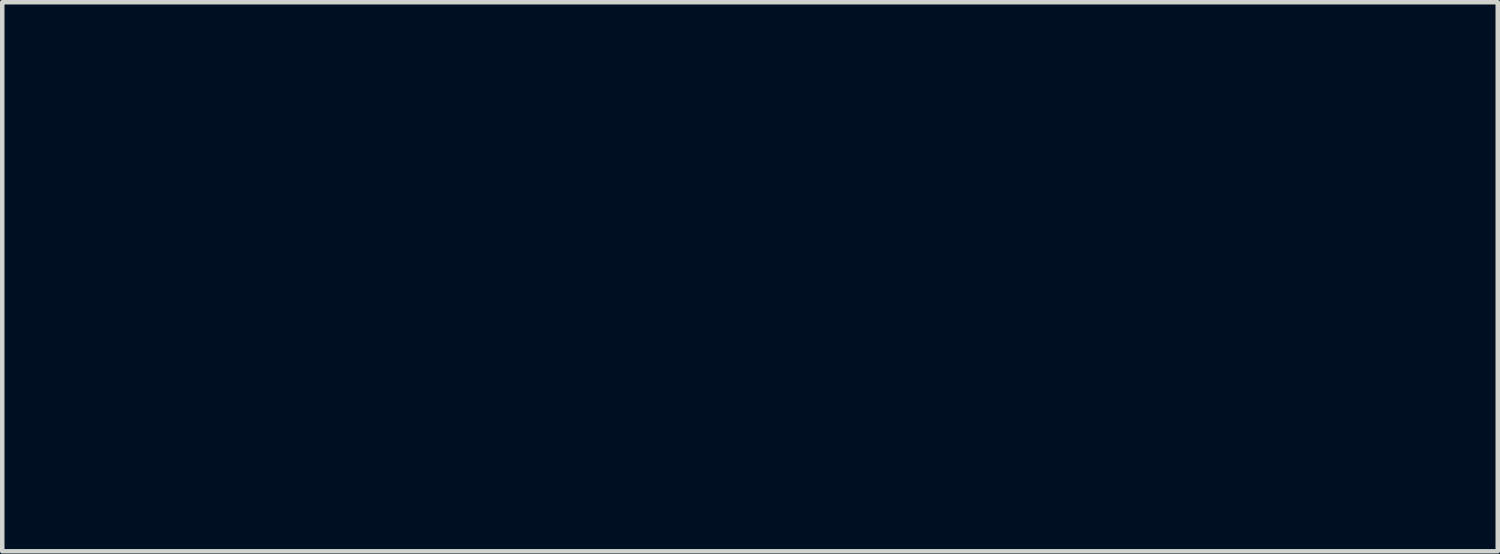
<source format=kicad_pcb>
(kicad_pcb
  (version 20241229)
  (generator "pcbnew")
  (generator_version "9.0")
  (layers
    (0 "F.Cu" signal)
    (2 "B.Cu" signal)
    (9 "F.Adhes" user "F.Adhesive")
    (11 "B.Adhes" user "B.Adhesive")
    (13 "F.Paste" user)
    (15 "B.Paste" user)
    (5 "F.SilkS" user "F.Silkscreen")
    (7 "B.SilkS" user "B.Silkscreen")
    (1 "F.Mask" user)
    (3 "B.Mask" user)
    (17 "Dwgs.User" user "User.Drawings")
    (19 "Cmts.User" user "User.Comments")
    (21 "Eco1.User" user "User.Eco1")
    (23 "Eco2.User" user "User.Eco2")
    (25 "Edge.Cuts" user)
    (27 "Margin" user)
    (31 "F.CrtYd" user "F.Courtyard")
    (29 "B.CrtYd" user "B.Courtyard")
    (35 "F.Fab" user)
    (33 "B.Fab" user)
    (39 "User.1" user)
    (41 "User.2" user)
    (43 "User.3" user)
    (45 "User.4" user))
  (footprint "turtle_pan_BMask_1200"
    (layer "F.Cu")
    (at 13.651 2.672)
    (property "Reference" "turtle_pan_BMask_1200" (at 0 0 0) (layer "B.Mask") (effects (font (size 1.524 1.524) (thickness 0.3))))
    (attr through_hole)
    (fp_poly (pts (xy -1.544 1.068) (xy -1.498 1.1) (xy -1.476 1.162) (xy -1.473 1.228) (xy -1.479 1.3) (xy -1.502 1.349) (xy -1.534 1.384) (xy -1.611 1.429) (xy -1.699 1.439) (xy -1.783 1.412) (xy -1.807 1.395) (xy -1.852 1.342) (xy -1.859 1.28) (xy -1.827 1.206) (xy -1.787 1.15) (xy -1.739 1.097) (xy -1.7 1.069) (xy -1.655 1.059) (xy -1.62 1.058) (xy -1.544 1.068)) (stroke (width 0.01) (type solid)) (fill yes) (layer "B.Mask"))
    (fp_poly (pts (xy -2.381 0.993) (xy -2.324 1.045) (xy -2.292 1.122) (xy -2.286 1.176) (xy -2.303 1.262) (xy -2.351 1.32) (xy -2.43 1.35) (xy -2.477 1.353) (xy -2.543 1.347) (xy -2.587 1.326) (xy -2.619 1.292) (xy -2.659 1.227) (xy -2.662 1.175) (xy -2.638 1.138) (xy -2.609 1.095) (xy -2.593 1.057) (xy -2.569 1.007) (xy -2.529 0.982) (xy -2.462 0.974) (xy -2.454 0.974) (xy -2.381 0.993)) (stroke (width 0.01) (type solid)) (fill yes) (layer "B.Mask"))
    (fp_poly (pts (xy 2.143 -0.104) (xy 2.2 -0.094) (xy 2.23 -0.074) (xy 2.231 -0.072) (xy 2.247 0.011) (xy 2.228 0.075) (xy 2.175 0.115) (xy 2.102 0.128) (xy 2.042 0.139) (xy 2.001 0.159) (xy 1.949 0.183) (xy 1.902 0.191) (xy 1.847 0.2) (xy 1.77 0.225) (xy 1.685 0.26) (xy 1.609 0.299) (xy 1.564 0.322) (xy 1.528 0.339) (xy 1.487 0.361) (xy 1.424 0.401) (xy 1.353 0.449) (xy 1.345 0.455) (xy 1.25 0.514) (xy 1.167 0.547) (xy 1.104 0.552) (xy 1.072 0.536) (xy 1.055 0.493) (xy 1.074 0.436) (xy 1.132 0.364) (xy 1.191 0.307) (xy 1.258 0.249) (xy 1.319 0.199) (xy 1.362 0.168) (xy 1.369 0.163) (xy 1.47 0.108) (xy 1.557 0.063) (xy 1.622 0.033) (xy 1.659 0.021) (xy 1.661 0.021) (xy 1.696 0.006) (xy 1.714 -0.011) (xy 1.752 -0.032) (xy 1.81 -0.043) (xy 1.818 -0.043) (xy 1.886 -0.052) (xy 1.946 -0.073) (xy 1.947 -0.074) (xy 2.003 -0.094) (xy 2.073 -0.104) (xy 2.143 -0.104)) (stroke (width 0.01) (type solid)) (fill yes) (layer "B.Mask"))
    (fp_poly (pts (xy 2.873 0.774) (xy 2.927 0.806) (xy 2.967 0.859) (xy 2.975 0.884) (xy 2.995 0.948) (xy 3.018 0.998) (xy 3.036 1.054) (xy 3.047 1.128) (xy 3.048 1.157) (xy 3.055 1.232) (xy 3.071 1.3) (xy 3.079 1.319) (xy 3.098 1.372) (xy 3.115 1.449) (xy 3.125 1.515) (xy 3.133 1.585) (xy 3.141 1.634) (xy 3.148 1.651) (xy 3.188 1.634) (xy 3.247 1.583) (xy 3.326 1.497) (xy 3.365 1.45) (xy 3.452 1.354) (xy 3.524 1.294) (xy 3.58 1.27) (xy 3.62 1.283) (xy 3.641 1.333) (xy 3.645 1.384) (xy 3.627 1.467) (xy 3.579 1.561) (xy 3.508 1.657) (xy 3.42 1.745) (xy 3.324 1.817) (xy 3.277 1.843) (xy 3.208 1.877) (xy 3.146 1.909) (xy 3.129 1.917) (xy 3.054 1.944) (xy 2.994 1.934) (xy 2.943 1.885) (xy 2.943 1.885) (xy 2.92 1.843) (xy 2.904 1.788) (xy 2.893 1.708) (xy 2.886 1.615) (xy 2.878 1.521) (xy 2.867 1.44) (xy 2.856 1.382) (xy 2.85 1.365) (xy 2.836 1.323) (xy 2.823 1.254) (xy 2.814 1.175) (xy 2.803 1.089) (xy 2.788 1.011) (xy 2.773 0.962) (xy 2.756 0.889) (xy 2.766 0.825) (xy 2.798 0.781) (xy 2.816 0.772) (xy 2.873 0.774)) (stroke (width 0.01) (type solid)) (fill yes) (layer "B.Mask"))
    (fp_poly (pts (xy -0.135 -0.486) (xy -0.068 -0.477) (xy -0.025 -0.459) (xy -0.021 -0.455) (xy 0.012 -0.428) (xy 0.029 -0.423) (xy 0.07 -0.411) (xy 0.136 -0.38) (xy 0.22 -0.336) (xy 0.31 -0.282) (xy 0.37 -0.243) (xy 0.473 -0.167) (xy 0.584 -0.069) (xy 0.697 0.04) (xy 0.802 0.154) (xy 0.891 0.262) (xy 0.956 0.356) (xy 0.967 0.376) (xy 0.996 0.45) (xy 1.012 0.535) (xy 1.017 0.617) (xy 1.007 0.684) (xy 0.991 0.715) (xy 0.94 0.74) (xy 0.881 0.728) (xy 0.822 0.681) (xy 0.817 0.676) (xy 0.781 0.622) (xy 0.762 0.573) (xy 0.761 0.565) (xy 0.747 0.517) (xy 0.715 0.465) (xy 0.714 0.464) (xy 0.677 0.421) (xy 0.624 0.358) (xy 0.565 0.288) (xy 0.554 0.276) (xy 0.481 0.195) (xy 0.397 0.113) (xy 0.322 0.046) (xy 0.261 -0.003) (xy 0.215 -0.042) (xy 0.191 -0.063) (xy 0.191 -0.064) (xy 0.168 -0.08) (xy 0.12 -0.11) (xy 0.074 -0.137) (xy 0.015 -0.172) (xy -0.028 -0.201) (xy -0.043 -0.213) (xy -0.069 -0.23) (xy -0.113 -0.245) (xy -0.188 -0.27) (xy -0.26 -0.306) (xy -0.319 -0.346) (xy -0.353 -0.382) (xy -0.357 -0.392) (xy -0.347 -0.435) (xy -0.326 -0.459) (xy -0.279 -0.477) (xy -0.21 -0.486) (xy -0.135 -0.486)) (stroke (width 0.01) (type solid)) (fill yes) (layer "B.Mask"))
    (fp_poly (pts (xy 0.387 -2.665) (xy 0.487 -2.657) (xy 0.569 -2.642) (xy 0.593 -2.635) (xy 0.666 -2.617) (xy 0.756 -2.606) (xy 0.813 -2.603) (xy 0.895 -2.599) (xy 0.96 -2.586) (xy 0.985 -2.575) (xy 1.033 -2.552) (xy 1.098 -2.533) (xy 1.11 -2.531) (xy 1.176 -2.513) (xy 1.23 -2.49) (xy 1.237 -2.485) (xy 1.285 -2.462) (xy 1.316 -2.455) (xy 1.354 -2.445) (xy 1.41 -2.42) (xy 1.469 -2.388) (xy 1.513 -2.359) (xy 1.524 -2.348) (xy 1.549 -2.329) (xy 1.589 -2.305) (xy 1.668 -2.258) (xy 1.755 -2.201) (xy 1.837 -2.141) (xy 1.901 -2.089) (xy 1.925 -2.066) (xy 1.951 -2.04) (xy 1.979 -2.024) (xy 2.02 -2.015) (xy 2.082 -2.012) (xy 2.177 -2.011) (xy 2.18 -2.011) (xy 2.292 -2.008) (xy 2.368 -2) (xy 2.415 -1.986) (xy 2.425 -1.98) (xy 2.478 -1.955) (xy 2.523 -1.948) (xy 2.57 -1.94) (xy 2.593 -1.926) (xy 2.62 -1.903) (xy 2.668 -1.875) (xy 2.674 -1.872) (xy 2.739 -1.84) (xy 2.811 -1.803) (xy 2.819 -1.799) (xy 2.874 -1.762) (xy 2.946 -1.702) (xy 3.029 -1.627) (xy 3.114 -1.544) (xy 3.195 -1.46) (xy 3.264 -1.383) (xy 3.313 -1.32) (xy 3.333 -1.286) (xy 3.358 -1.234) (xy 3.38 -1.201) (xy 3.384 -1.198) (xy 3.4 -1.171) (xy 3.415 -1.12) (xy 3.417 -1.112) (xy 3.436 -1.042) (xy 3.461 -0.98) (xy 3.48 -0.915) (xy 3.491 -0.814) (xy 3.492 -0.738) (xy 3.493 -0.555) (xy 3.593 -0.475) (xy 3.657 -0.421) (xy 3.714 -0.368) (xy 3.741 -0.34) (xy 3.783 -0.292) (xy 3.817 -0.254) (xy 3.849 -0.206) (xy 3.86 -0.18) (xy 3.883 -0.138) (xy 3.922 -0.084) (xy 3.937 -0.066) (xy 3.976 -0.014) (xy 3.998 0.031) (xy 4 0.043) (xy 4.016 0.088) (xy 4.029 0.103) (xy 4.048 0.137) (xy 4.065 0.197) (xy 4.072 0.241) (xy 4.086 0.325) (xy 4.108 0.406) (xy 4.119 0.436) (xy 4.142 0.524) (xy 4.141 0.627) (xy 4.14 0.629) (xy 4.134 0.694) (xy 4.137 0.728) (xy 4.153 0.74) (xy 4.168 0.741) (xy 4.206 0.729) (xy 4.217 0.714) (xy 4.239 0.701) (xy 4.295 0.691) (xy 4.389 0.684) (xy 4.461 0.681) (xy 4.582 0.68) (xy 4.677 0.687) (xy 4.759 0.707) (xy 4.842 0.743) (xy 4.938 0.799) (xy 4.987 0.829) (xy 5.054 0.882) (xy 5.122 0.948) (xy 5.183 1.019) (xy 5.228 1.085) (xy 5.249 1.137) (xy 5.249 1.145) (xy 5.265 1.188) (xy 5.281 1.206) (xy 5.308 1.248) (xy 5.313 1.278) (xy 5.323 1.328) (xy 5.348 1.385) (xy 5.349 1.386) (xy 5.37 1.447) (xy 5.384 1.531) (xy 5.388 1.626) (xy 5.385 1.72) (xy 5.374 1.799) (xy 5.354 1.851) (xy 5.35 1.857) (xy 5.321 1.91) (xy 5.313 1.952) (xy 5.301 2.003) (xy 5.281 2.032) (xy 5.254 2.068) (xy 5.249 2.088) (xy 5.234 2.123) (xy 5.207 2.153) (xy 5.175 2.186) (xy 5.165 2.207) (xy 5.149 2.24) (xy 5.106 2.29) (xy 5.046 2.348) (xy 4.977 2.408) (xy 4.907 2.461) (xy 4.847 2.5) (xy 4.803 2.518) (xy 4.798 2.519) (xy 4.765 2.528) (xy 4.712 2.552) (xy 4.693 2.561) (xy 4.656 2.578) (xy 4.615 2.59) (xy 4.56 2.598) (xy 4.484 2.601) (xy 4.378 2.603) (xy 4.313 2.603) (xy 4.187 2.602) (xy 4.095 2.598) (xy 4.028 2.592) (xy 3.978 2.581) (xy 3.936 2.565) (xy 3.926 2.561) (xy 3.871 2.536) (xy 3.83 2.521) (xy 3.822 2.52) (xy 3.778 2.507) (xy 3.716 2.477) (xy 3.65 2.437) (xy 3.594 2.397) (xy 3.577 2.381) (xy 3.516 2.337) (xy 3.454 2.335) (xy 3.392 2.376) (xy 3.386 2.382) (xy 3.337 2.426) (xy 3.264 2.482) (xy 3.179 2.542) (xy 3.094 2.597) (xy 3.021 2.639) (xy 2.985 2.657) (xy 2.946 2.674) (xy 2.89 2.702) (xy 2.874 2.71) (xy 2.815 2.737) (xy 2.765 2.751) (xy 2.755 2.752) (xy 2.708 2.767) (xy 2.688 2.783) (xy 2.648 2.808) (xy 2.606 2.816) (xy 2.552 2.826) (xy 2.485 2.849) (xy 2.466 2.857) (xy 2.39 2.884) (xy 2.311 2.899) (xy 2.297 2.9) (xy 2.231 2.908) (xy 2.178 2.928) (xy 2.171 2.932) (xy 2.121 2.952) (xy 2.034 2.962) (xy 1.965 2.963) (xy 1.862 2.968) (xy 1.765 2.981) (xy 1.702 2.997) (xy 1.625 3.015) (xy 1.526 3.024) (xy 1.394 3.025) (xy 1.385 3.025) (xy 1.165 3.019) (xy 1.092 3.116) (xy 1.034 3.184) (xy 0.966 3.254) (xy 0.895 3.319) (xy 0.831 3.37) (xy 0.781 3.402) (xy 0.76 3.408) (xy 0.716 3.423) (xy 0.701 3.437) (xy 0.666 3.457) (xy 0.608 3.474) (xy 0.579 3.479) (xy 0.513 3.492) (xy 0.462 3.51) (xy 0.45 3.518) (xy 0.414 3.53) (xy 0.348 3.54) (xy 0.264 3.547) (xy 0.173 3.55) (xy 0.089 3.548) (xy 0.024 3.54) (xy 0.011 3.538) (xy -0.052 3.517) (xy -0.099 3.496) (xy -0.153 3.479) (xy -0.218 3.471) (xy -0.218 3.471) (xy -0.276 3.463) (xy -0.316 3.441) (xy -0.318 3.44) (xy -0.357 3.413) (xy -0.379 3.408) (xy -0.425 3.392) (xy -0.487 3.35) (xy -0.558 3.29) (xy -0.628 3.22) (xy -0.691 3.148) (xy -0.738 3.082) (xy -0.761 3.032) (xy -0.762 3.022) (xy -0.77 2.989) (xy -0.791 2.932) (xy -0.808 2.889) (xy -0.837 2.828) (xy -0.863 2.796) (xy -0.897 2.783) (xy -0.941 2.781) (xy -1.015 2.775) (xy -1.083 2.765) (xy -1.09 2.764) (xy -1.147 2.751) (xy -0.559 2.751) (xy -0.547 2.82) (xy -0.539 2.852) (xy -0.49 2.979) (xy -0.416 3.082) (xy -0.325 3.154) (xy -0.318 3.158) (xy -0.265 3.188) (xy -0.228 3.213) (xy -0.226 3.216) (xy -0.191 3.231) (xy -0.135 3.239) (xy -0.128 3.239) (xy -0.06 3.249) (xy -0.001 3.27) (xy 0 3.27) (xy 0.062 3.29) (xy 0.15 3.3) (xy 0.246 3.298) (xy 0.336 3.286) (xy 0.388 3.27) (xy 0.454 3.249) (xy 0.513 3.239) (xy 0.519 3.239) (xy 0.568 3.224) (xy 0.635 3.186) (xy 0.709 3.132) (xy 0.782 3.07) (xy 0.846 3.006) (xy 0.892 2.949) (xy 0.91 2.905) (xy 0.91 2.903) (xy 0.918 2.873) (xy 0.939 2.821) (xy 0.952 2.791) (xy 0.989 2.664) (xy 0.984 2.538) (xy 0.953 2.445) (xy 0.927 2.381) (xy 0.912 2.326) (xy 0.911 2.313) (xy 0.896 2.279) (xy 0.858 2.227) (xy 0.805 2.165) (xy 0.747 2.104) (xy 0.69 2.052) (xy 0.645 2.019) (xy 0.625 2.011) (xy 0.59 1.996) (xy 0.572 1.979) (xy 0.536 1.962) (xy 0.47 1.951) (xy 0.388 1.947) (xy 0.3 1.949) (xy 0.221 1.958) (xy 0.16 1.973) (xy 0.148 1.979) (xy 0.093 2.002) (xy 0.051 2.01) (xy 0.003 2.026) (xy -0.032 2.053) (xy -0.067 2.085) (xy -0.09 2.095) (xy -0.122 2.11) (xy -0.175 2.148) (xy -0.24 2.202) (xy -0.311 2.266) (xy -0.379 2.333) (xy -0.435 2.394) (xy -0.473 2.441) (xy -0.5 2.497) (xy -0.528 2.572) (xy -0.541 2.616) (xy -0.557 2.69) (xy -0.559 2.751) (xy -1.147 2.751) (xy -1.153 2.75) (xy -1.201 2.74) (xy -1.245 2.715) (xy -1.277 2.674) (xy -1.303 2.639) (xy -1.321 2.643) (xy -1.351 2.661) (xy -1.393 2.667) (xy -1.449 2.677) (xy -1.515 2.702) (xy -1.53 2.709) (xy -1.563 2.725) (xy -1.601 2.737) (xy -1.65 2.744) (xy -1.718 2.749) (xy -1.813 2.751) (xy -1.941 2.751) (xy -1.963 2.751) (xy -2.099 2.75) (xy -2.2 2.748) (xy -2.273 2.743) (xy -2.327 2.735) (xy -2.369 2.724) (xy -2.402 2.709) (xy -2.462 2.684) (xy -2.511 2.669) (xy -2.522 2.668) (xy -2.564 2.652) (xy -2.582 2.635) (xy -2.617 2.608) (xy -2.635 2.603) (xy -2.665 2.591) (xy -2.715 2.56) (xy -2.758 2.529) (xy -2.814 2.489) (xy -2.857 2.462) (xy -2.875 2.455) (xy -2.902 2.44) (xy -2.948 2.401) (xy -3.005 2.347) (xy -3.065 2.285) (xy -3.119 2.223) (xy -3.16 2.172) (xy -3.179 2.141) (xy -3.201 2.085) (xy -3.226 2.142) (xy -3.256 2.194) (xy -3.297 2.247) (xy -3.338 2.289) (xy -3.37 2.307) (xy -3.371 2.307) (xy -3.4 2.319) (xy -3.443 2.348) (xy -3.444 2.349) (xy -3.493 2.379) (xy -3.535 2.392) (xy -3.58 2.407) (xy -3.596 2.421) (xy -3.637 2.444) (xy -3.71 2.461) (xy -3.808 2.472) (xy -3.92 2.478) (xy -4.038 2.478) (xy -4.152 2.473) (xy -4.253 2.461) (xy -4.333 2.444) (xy -4.382 2.422) (xy -4.383 2.421) (xy -4.427 2.396) (xy -4.482 2.379) (xy -4.532 2.361) (xy -4.559 2.337) (xy -4.559 2.337) (xy -4.587 2.312) (xy -4.61 2.307) (xy -4.647 2.292) (xy -4.702 2.254) (xy -4.768 2.199) (xy -4.834 2.137) (xy -4.893 2.074) (xy -4.935 2.02) (xy -4.944 2.005) (xy -4.989 1.885) (xy -5.016 1.742) (xy -5.021 1.617) (xy -4.771 1.617) (xy -4.771 1.718) (xy -4.767 1.786) (xy -4.758 1.835) (xy -4.741 1.874) (xy -4.72 1.907) (xy -4.667 1.967) (xy -4.592 2.032) (xy -4.509 2.092) (xy -4.432 2.137) (xy -4.401 2.149) (xy -4.349 2.173) (xy -4.323 2.194) (xy -4.288 2.207) (xy -4.222 2.217) (xy -4.133 2.223) (xy -4.033 2.225) (xy -3.929 2.224) (xy -3.832 2.219) (xy -3.752 2.211) (xy -3.699 2.2) (xy -3.683 2.191) (xy -3.649 2.164) (xy -3.631 2.159) (xy -3.601 2.147) (xy -3.55 2.116) (xy -3.506 2.083) (xy -3.437 2.039) (xy -3.369 2.006) (xy -3.333 1.996) (xy -3.282 1.984) (xy -3.263 1.965) (xy -3.274 1.927) (xy -3.291 1.892) (xy -3.309 1.834) (xy -3.319 1.747) (xy -3.323 1.646) (xy -3.322 1.62) (xy -3.09 1.62) (xy -3.085 1.757) (xy -3.065 1.867) (xy -3.026 1.964) (xy -2.963 2.063) (xy -2.929 2.107) (xy -2.859 2.18) (xy -2.763 2.257) (xy -2.652 2.334) (xy -2.533 2.404) (xy -2.416 2.462) (xy -2.312 2.503) (xy -2.227 2.521) (xy -2.219 2.521) (xy -2.144 2.527) (xy -2.076 2.538) (xy -2.064 2.54) (xy -2.004 2.55) (xy -1.958 2.548) (xy -1.917 2.542) (xy -1.847 2.534) (xy -1.764 2.526) (xy -1.757 2.526) (xy -1.665 2.514) (xy -1.584 2.496) (xy -1.108 2.496) (xy -1.056 2.538) (xy -0.992 2.572) (xy -0.918 2.583) (xy -0.848 2.572) (xy -0.798 2.539) (xy -0.795 2.535) (xy -0.77 2.482) (xy -0.762 2.443) (xy -0.749 2.394) (xy -0.732 2.372) (xy -0.703 2.333) (xy -0.69 2.299) (xy -0.671 2.266) (xy -0.63 2.216) (xy -0.574 2.156) (xy -0.513 2.096) (xy -0.454 2.042) (xy -0.407 2.004) (xy -0.379 1.99) (xy -0.36 1.979) (xy -0.368 1.957) (xy -0.399 1.938) (xy -0.4 1.937) (xy -0.435 1.916) (xy -0.487 1.873) (xy -0.543 1.819) (xy -0.597 1.767) (xy -0.644 1.729) (xy -0.671 1.715) (xy -0.672 1.714) (xy -0.696 1.701) (xy -0.699 1.692) (xy -0.711 1.679) (xy -0.72 1.683) (xy -0.73 1.709) (xy -0.738 1.766) (xy -0.741 1.84) (xy -0.741 1.841) (xy -0.744 1.926) (xy -0.756 1.994) (xy -0.783 2.065) (xy -0.816 2.131) (xy -0.855 2.203) (xy -0.89 2.262) (xy -0.914 2.295) (xy -0.916 2.298) (xy -0.944 2.325) (xy -0.99 2.371) (xy -1.025 2.408) (xy -1.108 2.496) (xy -1.584 2.496) (xy -1.579 2.495) (xy -1.52 2.474) (xy -1.462 2.448) (xy -1.415 2.435) (xy -1.407 2.434) (xy -1.378 2.42) (xy -1.329 2.381) (xy -1.268 2.326) (xy -1.203 2.262) (xy -1.142 2.199) (xy -1.093 2.142) (xy -1.063 2.101) (xy -1.058 2.087) (xy -1.044 2.048) (xy -1.025 2.023) (xy -1.003 1.978) (xy -0.986 1.901) (xy -0.976 1.802) (xy -0.971 1.689) (xy -0.972 1.572) (xy -0.979 1.462) (xy -0.992 1.368) (xy -1.01 1.298) (xy -1.026 1.271) (xy -1.052 1.226) (xy -1.058 1.198) (xy -1.073 1.171) (xy -1.112 1.12) (xy -1.171 1.052) (xy -1.245 0.973) (xy -1.287 0.93) (xy -1.516 0.699) (xy -1.622 0.699) (xy -1.696 0.692) (xy -1.754 0.676) (xy -1.769 0.667) (xy -1.808 0.653) (xy -1.879 0.643) (xy -1.97 0.636) (xy -2.073 0.633) (xy -2.177 0.634) (xy -2.273 0.638) (xy -2.351 0.647) (xy -2.401 0.659) (xy -2.413 0.667) (xy -2.454 0.691) (xy -2.493 0.699) (xy -2.522 0.7) (xy -2.548 0.709) (xy -2.579 0.729) (xy -2.623 0.767) (xy -2.686 0.828) (xy -2.72 0.861) (xy -2.81 0.952) (xy -2.876 1.026) (xy -2.924 1.092) (xy -2.963 1.159) (xy -2.981 1.196) (xy -3.015 1.268) (xy -3.047 1.332) (xy -3.06 1.358) (xy -3.078 1.418) (xy -3.088 1.518) (xy -3.09 1.62) (xy -3.322 1.62) (xy -3.32 1.544) (xy -3.311 1.454) (xy -3.295 1.391) (xy -3.271 1.323) (xy -3.252 1.246) (xy -3.251 1.238) (xy -3.233 1.175) (xy -3.208 1.125) (xy -3.203 1.118) (xy -3.183 1.077) (xy -3.196 1.048) (xy -3.234 1.042) (xy -3.238 1.043) (xy -3.283 1.041) (xy -3.325 1.025) (xy -3.383 1.005) (xy -3.45 0.996) (xy -3.451 0.996) (xy -3.517 0.985) (xy -3.573 0.962) (xy -3.574 0.961) (xy -3.621 0.944) (xy -3.699 0.932) (xy -3.798 0.925) (xy -3.906 0.922) (xy -4.013 0.925) (xy -4.108 0.933) (xy -4.18 0.946) (xy -4.213 0.959) (xy -4.272 0.986) (xy -4.322 0.995) (xy -4.37 1.004) (xy -4.396 1.021) (xy -4.424 1.049) (xy -4.472 1.086) (xy -4.493 1.101) (xy -4.547 1.145) (xy -4.612 1.209) (xy -4.672 1.279) (xy -4.771 1.404) (xy -4.771 1.617) (xy -5.021 1.617) (xy -5.022 1.593) (xy -5.014 1.495) (xy -5 1.416) (xy -4.986 1.35) (xy -4.973 1.313) (xy -4.973 1.312) (xy -4.953 1.275) (xy -4.923 1.217) (xy -4.91 1.192) (xy -4.878 1.141) (xy -4.828 1.077) (xy -4.766 1.007) (xy -4.701 0.94) (xy -4.641 0.881) (xy -4.591 0.841) (xy -4.561 0.826) (xy -4.527 0.811) (xy -4.509 0.794) (xy -4.469 0.77) (xy -4.424 0.762) (xy -4.371 0.751) (xy -4.34 0.731) (xy -4.302 0.707) (xy -4.245 0.689) (xy -4.236 0.688) (xy -4.171 0.676) (xy -4.087 0.661) (xy -4.038 0.651) (xy -3.916 0.626) (xy -3.916 0.626) (xy -3.676 0.626) (xy -3.672 0.659) (xy -3.661 0.674) (xy -3.643 0.677) (xy -3.634 0.677) (xy -3.586 0.687) (xy -3.524 0.712) (xy -3.508 0.72) (xy -3.451 0.746) (xy -3.404 0.761) (xy -3.395 0.762) (xy -3.354 0.771) (xy -3.3 0.794) (xy -3.295 0.797) (xy -3.24 0.825) (xy -3.198 0.846) (xy -3.196 0.847) (xy -3.17 0.877) (xy -3.158 0.918) (xy -3.148 0.96) (xy -3.131 0.969) (xy -3.103 0.942) (xy -3.061 0.88) (xy -3.007 0.805) (xy -2.945 0.73) (xy -2.924 0.708) (xy -2.856 0.647) (xy -2.777 0.585) (xy -2.696 0.531) (xy -2.623 0.489) (xy -2.568 0.468) (xy -2.554 0.466) (xy -2.499 0.454) (xy -2.465 0.437) (xy -2.432 0.424) (xy -2.367 0.413) (xy -2.268 0.404) (xy -2.132 0.396) (xy -2.032 0.392) (xy -1.894 0.386) (xy -1.791 0.38) (xy -1.719 0.374) (xy -1.671 0.367) (xy -1.64 0.358) (xy -1.621 0.345) (xy -1.609 0.331) (xy -1.58 0.283) (xy -1.566 0.252) (xy -1.543 0.21) (xy -1.494 0.146) (xy -1.424 0.063) (xy -1.338 -0.031) (xy -1.242 -0.133) (xy -1.14 -0.235) (xy -1.038 -0.333) (xy -0.941 -0.422) (xy -0.924 -0.437) (xy -0.874 -0.483) (xy -0.844 -0.519) (xy -0.84 -0.535) (xy -0.87 -0.541) (xy -0.926 -0.545) (xy -0.946 -0.545) (xy -1.02 -0.554) (xy -1.069 -0.579) (xy -1.109 -0.607) (xy -1.135 -0.614) (xy -1.176 -0.625) (xy -1.213 -0.643) (xy -1.259 -0.661) (xy -1.33 -0.678) (xy -1.385 -0.686) (xy -1.458 -0.698) (xy -1.517 -0.713) (xy -1.542 -0.726) (xy -1.573 -0.736) (xy -1.641 -0.745) (xy -1.746 -0.752) (xy -1.89 -0.756) (xy -1.98 -0.758) (xy -2.127 -0.76) (xy -2.238 -0.76) (xy -2.319 -0.758) (xy -2.377 -0.753) (xy -2.418 -0.745) (xy -2.449 -0.733) (xy -2.454 -0.731) (xy -2.51 -0.711) (xy -2.59 -0.694) (xy -2.662 -0.685) (xy -2.743 -0.674) (xy -2.812 -0.658) (xy -2.851 -0.643) (xy -2.903 -0.62) (xy -2.938 -0.614) (xy -2.982 -0.601) (xy -3.027 -0.572) (xy -3.07 -0.541) (xy -3.103 -0.529) (xy -3.132 -0.514) (xy -3.181 -0.474) (xy -3.242 -0.418) (xy -3.307 -0.352) (xy -3.368 -0.285) (xy -3.418 -0.224) (xy -3.449 -0.178) (xy -3.454 -0.167) (xy -3.474 -0.124) (xy -3.493 -0.106) (xy -3.493 -0.106) (xy -3.509 -0.088) (xy -3.524 -0.044) (xy -3.524 -0.044) (xy -3.544 0.01) (xy -3.568 0.043) (xy -3.591 0.083) (xy -3.598 0.125) (xy -3.609 0.185) (xy -3.627 0.223) (xy -3.641 0.263) (xy -3.655 0.335) (xy -3.665 0.428) (xy -3.669 0.471) (xy -3.674 0.565) (xy -3.676 0.626) (xy -3.916 0.626) (xy -3.915 0.467) (xy -3.911 0.354) (xy -3.899 0.252) (xy -3.874 0.152) (xy -3.834 0.04) (xy -3.777 -0.092) (xy -3.75 -0.148) (xy -3.701 -0.243) (xy -3.642 -0.342) (xy -3.587 -0.423) (xy -3.586 -0.424) (xy -3.528 -0.493) (xy -3.462 -0.562) (xy -3.396 -0.624) (xy -3.337 -0.671) (xy -3.294 -0.696) (xy -3.284 -0.699) (xy -3.254 -0.714) (xy -3.245 -0.726) (xy -3.212 -0.756) (xy -3.154 -0.791) (xy -3.086 -0.823) (xy -3.026 -0.844) (xy -3 -0.847) (xy -2.946 -0.859) (xy -2.9 -0.878) (xy -2.842 -0.899) (xy -2.773 -0.909) (xy -2.767 -0.909) (xy -2.69 -0.926) (xy -2.668 -0.941) (xy -2.408 -0.941) (xy -2.408 -0.941) (xy -2.383 -0.94) (xy -2.332 -0.951) (xy -2.298 -0.962) (xy -2.233 -0.976) (xy -2.139 -0.986) (xy -2.024 -0.993) (xy -1.898 -0.996) (xy -1.771 -0.996) (xy -1.653 -0.992) (xy -1.552 -0.984) (xy -1.479 -0.973) (xy -1.453 -0.965) (xy -1.392 -0.945) (xy -1.312 -0.93) (xy -1.275 -0.926) (xy -1.203 -0.914) (xy -1.144 -0.894) (xy -1.125 -0.882) (xy -1.08 -0.854) (xy -1.049 -0.847) (xy -1.004 -0.83) (xy -0.949 -0.788) (xy -0.894 -0.731) (xy -0.849 -0.672) (xy -0.827 -0.62) (xy -0.826 -0.61) (xy -0.817 -0.562) (xy -0.793 -0.554) (xy -0.756 -0.58) (xy -0.701 -0.614) (xy -0.626 -0.636) (xy -0.553 -0.641) (xy -0.517 -0.634) (xy -0.477 -0.606) (xy -0.466 -0.553) (xy -0.466 -0.553) (xy -0.471 -0.515) (xy -0.494 -0.481) (xy -0.541 -0.443) (xy -0.587 -0.41) (xy -0.68 -0.342) (xy -0.796 -0.243) (xy -0.934 -0.116) (xy -1.091 0.037) (xy -1.265 0.212) (xy -1.339 0.29) (xy -1.483 0.44) (xy -1.418 0.49) (xy -1.294 0.589) (xy -1.176 0.692) (xy -1.073 0.791) (xy -0.99 0.879) (xy -0.941 0.942) (xy -0.898 1.004) (xy -0.863 1.05) (xy -0.845 1.07) (xy -0.83 1.098) (xy -0.826 1.131) (xy -0.813 1.181) (xy -0.794 1.206) (xy -0.767 1.24) (xy -0.762 1.257) (xy -0.751 1.295) (xy -0.743 1.309) (xy -0.725 1.318) (xy -0.693 1.302) (xy -0.641 1.257) (xy -0.633 1.249) (xy -0.565 1.189) (xy -0.482 1.12) (xy -0.413 1.067) (xy -0.346 1.018) (xy -0.29 0.975) (xy -0.255 0.948) (xy -0.254 0.947) (xy -0.219 0.923) (xy -0.159 0.888) (xy -0.106 0.86) (xy -0.031 0.821) (xy 0.039 0.782) (xy 0.074 0.761) (xy 0.134 0.726) (xy 0.19 0.699) (xy 0.191 0.699) (xy 0.249 0.673) (xy 0.303 0.646) (xy 0.357 0.623) (xy 0.399 0.614) (xy 0.443 0.602) (xy 0.482 0.581) (xy 0.546 0.554) (xy 0.602 0.562) (xy 0.641 0.596) (xy 0.653 0.652) (xy 0.645 0.69) (xy 0.606 0.747) (xy 0.537 0.801) (xy 0.466 0.838) (xy 0.411 0.862) (xy 0.336 0.899) (xy 0.255 0.941) (xy 0.186 0.979) (xy 0.159 0.995) (xy 0.104 1.026) (xy 0.031 1.066) (xy -0.021 1.094) (xy -0.099 1.138) (xy -0.189 1.197) (xy -0.267 1.254) (xy -0.331 1.302) (xy -0.382 1.337) (xy -0.41 1.354) (xy -0.413 1.355) (xy -0.442 1.37) (xy -0.481 1.406) (xy -0.514 1.447) (xy -0.529 1.478) (xy -0.515 1.507) (xy -0.478 1.553) (xy -0.434 1.6) (xy -0.351 1.693) (xy -0.309 1.774) (xy -0.307 1.842) (xy -0.308 1.844) (xy -0.314 1.889) (xy -0.294 1.903) (xy -0.246 1.887) (xy -0.185 1.851) (xy -0.118 1.812) (xy -0.056 1.785) (xy -0.022 1.777) (xy 0.037 1.764) (xy 0.073 1.746) (xy 0.12 1.727) (xy 0.201 1.717) (xy 0.286 1.714) (xy 0.395 1.718) (xy 0.467 1.731) (xy 0.499 1.746) (xy 0.544 1.765) (xy 0.611 1.776) (xy 0.641 1.777) (xy 0.71 1.784) (xy 0.773 1.806) (xy 0.847 1.851) (xy 0.852 1.855) (xy 0.946 1.925) (xy 1.019 1.987) (xy 1.065 2.037) (xy 1.079 2.066) (xy 1.094 2.099) (xy 1.111 2.116) (xy 1.136 2.154) (xy 1.155 2.211) (xy 1.155 2.214) (xy 1.169 2.267) (xy 1.188 2.282) (xy 1.222 2.265) (xy 1.237 2.254) (xy 1.29 2.233) (xy 1.376 2.223) (xy 1.412 2.223) (xy 1.488 2.22) (xy 1.535 2.208) (xy 1.559 2.18) (xy 1.562 2.128) (xy 1.549 2.046) (xy 1.538 1.992) (xy 1.521 1.905) (xy 1.508 1.824) (xy 1.503 1.767) (xy 1.503 1.763) (xy 1.49 1.697) (xy 1.454 1.606) (xy 1.398 1.5) (xy 1.359 1.436) (xy 1.284 1.321) (xy 1.213 1.221) (xy 1.154 1.143) (xy 1.117 1.101) (xy 1.069 1.046) (xy 1.03 0.994) (xy 1.008 0.952) (xy 1.012 0.92) (xy 1.028 0.893) (xy 1.063 0.857) (xy 1.104 0.851) (xy 1.16 0.873) (xy 1.202 0.899) (xy 1.304 0.975) (xy 1.387 1.057) (xy 1.466 1.162) (xy 1.482 1.186) (xy 1.518 1.237) (xy 1.545 1.269) (xy 1.583 1.321) (xy 1.625 1.396) (xy 1.668 1.481) (xy 1.704 1.566) (xy 1.729 1.637) (xy 1.736 1.677) (xy 1.742 1.74) (xy 1.758 1.817) (xy 1.768 1.85) (xy 1.786 1.924) (xy 1.798 1.991) (xy 1.799 2.014) (xy 1.8 2.04) (xy 1.806 2.059) (xy 1.824 2.071) (xy 1.86 2.077) (xy 1.919 2.079) (xy 2.01 2.078) (xy 2.127 2.075) (xy 2.245 2.07) (xy 2.33 2.061) (xy 2.391 2.047) (xy 2.434 2.029) (xy 2.49 2.004) (xy 2.536 1.99) (xy 2.542 1.99) (xy 2.585 1.974) (xy 2.603 1.958) (xy 2.649 1.928) (xy 2.699 1.933) (xy 2.742 1.965) (xy 2.769 2.02) (xy 2.773 2.055) (xy 2.764 2.101) (xy 2.731 2.143) (xy 2.685 2.18) (xy 2.625 2.217) (xy 2.572 2.24) (xy 2.552 2.244) (xy 2.501 2.256) (xy 2.459 2.278) (xy 2.435 2.29) (xy 2.401 2.299) (xy 2.349 2.304) (xy 2.275 2.306) (xy 2.17 2.306) (xy 2.042 2.304) (xy 1.907 2.302) (xy 1.808 2.302) (xy 1.739 2.304) (xy 1.693 2.309) (xy 1.666 2.317) (xy 1.649 2.329) (xy 1.647 2.332) (xy 1.595 2.374) (xy 1.517 2.412) (xy 1.429 2.44) (xy 1.347 2.452) (xy 1.327 2.451) (xy 1.238 2.445) (xy 1.232 2.602) (xy 1.23 2.682) (xy 1.232 2.748) (xy 1.237 2.787) (xy 1.237 2.789) (xy 1.249 2.802) (xy 1.278 2.809) (xy 1.329 2.811) (xy 1.411 2.808) (xy 1.487 2.804) (xy 1.589 2.795) (xy 1.681 2.783) (xy 1.75 2.77) (xy 1.782 2.76) (xy 1.834 2.744) (xy 1.911 2.734) (xy 1.984 2.731) (xy 2.077 2.726) (xy 2.146 2.712) (xy 2.17 2.701) (xy 2.215 2.682) (xy 2.283 2.664) (xy 2.322 2.657) (xy 2.39 2.643) (xy 2.441 2.624) (xy 2.457 2.612) (xy 2.498 2.587) (xy 2.523 2.582) (xy 2.573 2.573) (xy 2.621 2.553) (xy 2.683 2.522) (xy 2.731 2.501) (xy 2.82 2.456) (xy 2.933 2.39) (xy 3.06 2.309) (xy 3.191 2.218) (xy 3.203 2.209) (xy 3.286 2.153) (xy 3.365 2.106) (xy 3.429 2.075) (xy 3.456 2.066) (xy 3.495 2.062) (xy 3.53 2.069) (xy 3.573 2.091) (xy 3.633 2.134) (xy 3.679 2.169) (xy 3.75 2.222) (xy 3.812 2.262) (xy 3.856 2.284) (xy 3.867 2.286) (xy 3.91 2.296) (xy 3.968 2.32) (xy 3.985 2.328) (xy 4.028 2.348) (xy 4.078 2.36) (xy 4.145 2.367) (xy 4.239 2.37) (xy 4.302 2.371) (xy 4.414 2.369) (xy 4.494 2.365) (xy 4.552 2.355) (xy 4.597 2.339) (xy 4.62 2.328) (xy 4.676 2.302) (xy 4.721 2.287) (xy 4.729 2.286) (xy 4.759 2.271) (xy 4.806 2.234) (xy 4.863 2.182) (xy 4.919 2.125) (xy 4.965 2.073) (xy 4.992 2.034) (xy 4.995 2.023) (xy 5.008 1.989) (xy 5.038 1.947) (xy 5.069 1.898) (xy 5.081 1.854) (xy 5.092 1.802) (xy 5.112 1.757) (xy 5.132 1.699) (xy 5.141 1.627) (xy 5.14 1.556) (xy 5.127 1.501) (xy 5.114 1.484) (xy 5.092 1.448) (xy 5.075 1.391) (xy 5.072 1.375) (xy 5.059 1.323) (xy 5.044 1.293) (xy 5.039 1.291) (xy 5.021 1.273) (xy 5.007 1.233) (xy 4.984 1.173) (xy 4.943 1.119) (xy 4.875 1.064) (xy 4.788 1.009) (xy 4.715 0.969) (xy 4.657 0.946) (xy 4.597 0.935) (xy 4.518 0.931) (xy 4.489 0.931) (xy 4.394 0.934) (xy 4.333 0.943) (xy 4.3 0.96) (xy 4.297 0.963) (xy 4.257 0.99) (xy 4.235 0.995) (xy 4.191 1.007) (xy 4.158 1.027) (xy 4.033 1.119) (xy 3.933 1.184) (xy 3.854 1.226) (xy 3.788 1.246) (xy 3.755 1.249) (xy 3.724 1.233) (xy 3.716 1.193) (xy 3.727 1.135) (xy 3.756 1.068) (xy 3.8 1.001) (xy 3.855 0.942) (xy 3.859 0.939) (xy 3.931 0.878) (xy 3.914 0.709) (xy 3.901 0.616) (xy 3.884 0.53) (xy 3.866 0.466) (xy 3.864 0.461) (xy 3.842 0.385) (xy 3.831 0.306) (xy 3.831 0.3) (xy 3.823 0.236) (xy 3.802 0.193) (xy 3.799 0.191) (xy 3.773 0.156) (xy 3.768 0.138) (xy 3.756 0.108) (xy 3.724 0.058) (xy 3.694 0.015) (xy 3.653 -0.041) (xy 3.626 -0.083) (xy 3.619 -0.099) (xy 3.606 -0.123) (xy 3.573 -0.168) (xy 3.533 -0.217) (xy 3.483 -0.273) (xy 3.444 -0.303) (xy 3.403 -0.315) (xy 3.348 -0.317) (xy 3.275 -0.31) (xy 3.212 -0.293) (xy 3.196 -0.286) (xy 3.137 -0.264) (xy 3.069 -0.254) (xy 3.002 -0.243) (xy 2.927 -0.219) (xy 2.91 -0.212) (xy 2.846 -0.186) (xy 2.79 -0.171) (xy 2.777 -0.17) (xy 2.726 -0.157) (xy 2.67 -0.125) (xy 2.625 -0.085) (xy 2.604 -0.047) (xy 2.603 -0.043) (xy 2.613 -0.004) (xy 2.636 0.052) (xy 2.643 0.064) (xy 2.673 0.142) (xy 2.692 0.235) (xy 2.698 0.325) (xy 2.69 0.398) (xy 2.684 0.414) (xy 2.648 0.457) (xy 2.599 0.463) (xy 2.545 0.431) (xy 2.511 0.393) (xy 2.476 0.335) (xy 2.457 0.281) (xy 2.455 0.269) (xy 2.444 0.218) (xy 2.425 0.192) (xy 2.398 0.153) (xy 2.381 0.106) (xy 2.361 0.053) (xy 2.338 0.02) (xy 2.312 -0.021) (xy 2.307 -0.047) (xy 2.289 -0.086) (xy 2.267 -0.099) (xy 2.227 -0.125) (xy 2.214 -0.145) (xy 2.19 -0.193) (xy 2.152 -0.258) (xy 2.107 -0.327) (xy 2.066 -0.385) (xy 2.042 -0.413) (xy 2.017 -0.44) (xy 1.977 -0.489) (xy 1.937 -0.54) (xy 1.88 -0.609) (xy 1.821 -0.673) (xy 1.768 -0.725) (xy 1.729 -0.757) (xy 1.716 -0.763) (xy 1.695 -0.776) (xy 1.653 -0.811) (xy 1.598 -0.858) (xy 1.521 -0.922) (xy 1.435 -0.984) (xy 1.382 -1.018) (xy 1.321 -1.055) (xy 1.275 -1.087) (xy 1.259 -1.102) (xy 1.229 -1.119) (xy 1.208 -1.122) (xy 1.161 -1.137) (xy 1.145 -1.152) (xy 1.106 -1.179) (xy 1.063 -1.195) (xy 0.992 -1.226) (xy 0.942 -1.273) (xy 0.915 -1.328) (xy 0.917 -1.381) (xy 0.952 -1.423) (xy 0.953 -1.423) (xy 0.97 -1.445) (xy 1.153 -1.445) (xy 1.168 -1.412) (xy 1.207 -1.382) (xy 1.259 -1.364) (xy 1.316 -1.347) (xy 1.355 -1.323) (xy 1.357 -1.321) (xy 1.39 -1.295) (xy 1.405 -1.291) (xy 1.438 -1.279) (xy 1.495 -1.247) (xy 1.569 -1.2) (xy 1.651 -1.144) (xy 1.732 -1.085) (xy 1.804 -1.029) (xy 1.82 -1.015) (xy 1.929 -0.918) (xy 2.035 -0.816) (xy 2.133 -0.714) (xy 2.216 -0.621) (xy 2.279 -0.541) (xy 2.316 -0.481) (xy 2.318 -0.478) (xy 2.345 -0.43) (xy 2.386 -0.374) (xy 2.43 -0.323) (xy 2.467 -0.287) (xy 2.487 -0.276) (xy 2.519 -0.288) (xy 2.549 -0.308) (xy 2.596 -0.332) (xy 2.626 -0.339) (xy 2.669 -0.354) (xy 2.688 -0.37) (xy 2.728 -0.395) (xy 2.77 -0.402) (xy 2.825 -0.412) (xy 2.891 -0.437) (xy 2.905 -0.445) (xy 2.992 -0.475) (xy 3.085 -0.487) (xy 3.161 -0.49) (xy 3.209 -0.505) (xy 3.235 -0.538) (xy 3.246 -0.597) (xy 3.248 -0.692) (xy 3.248 -0.692) (xy 3.241 -0.812) (xy 3.223 -0.895) (xy 3.211 -0.921) (xy 3.187 -0.969) (xy 3.175 -1.002) (xy 3.175 -1.004) (xy 3.159 -1.057) (xy 3.116 -1.13) (xy 3.052 -1.216) (xy 2.972 -1.308) (xy 2.883 -1.4) (xy 2.792 -1.485) (xy 2.703 -1.556) (xy 2.624 -1.607) (xy 2.619 -1.61) (xy 2.563 -1.641) (xy 2.527 -1.666) (xy 2.519 -1.676) (xy 2.5 -1.688) (xy 2.454 -1.7) (xy 2.435 -1.704) (xy 2.375 -1.72) (xy 2.332 -1.743) (xy 2.327 -1.748) (xy 2.29 -1.768) (xy 2.233 -1.779) (xy 2.225 -1.779) (xy 2.153 -1.787) (xy 2.075 -1.806) (xy 2.064 -1.81) (xy 2.01 -1.825) (xy 1.975 -1.827) (xy 1.969 -1.824) (xy 1.933 -1.792) (xy 1.874 -1.758) (xy 1.811 -1.729) (xy 1.76 -1.715) (xy 1.754 -1.714) (xy 1.703 -1.705) (xy 1.64 -1.68) (xy 1.624 -1.672) (xy 1.562 -1.645) (xy 1.506 -1.631) (xy 1.495 -1.63) (xy 1.444 -1.617) (xy 1.418 -1.598) (xy 1.378 -1.571) (xy 1.355 -1.566) (xy 1.314 -1.552) (xy 1.281 -1.524) (xy 1.239 -1.492) (xy 1.207 -1.482) (xy 1.164 -1.471) (xy 1.153 -1.445) (xy 0.97 -1.445) (xy 0.987 -1.467) (xy 0.995 -1.507) (xy 1.011 -1.555) (xy 1.052 -1.616) (xy 1.11 -1.68) (xy 1.173 -1.739) (xy 1.233 -1.782) (xy 1.281 -1.799) (xy 1.282 -1.799) (xy 1.316 -1.814) (xy 1.333 -1.831) (xy 1.374 -1.855) (xy 1.416 -1.863) (xy 1.467 -1.872) (xy 1.528 -1.895) (xy 1.584 -1.924) (xy 1.619 -1.952) (xy 1.623 -1.96) (xy 1.61 -1.982) (xy 1.57 -2.014) (xy 1.514 -2.049) (xy 1.455 -2.078) (xy 1.424 -2.102) (xy 1.418 -2.116) (xy 1.401 -2.136) (xy 1.389 -2.138) (xy 1.353 -2.15) (xy 1.307 -2.18) (xy 1.307 -2.18) (xy 1.256 -2.21) (xy 1.211 -2.223) (xy 1.163 -2.238) (xy 1.143 -2.254) (xy 1.104 -2.277) (xy 1.05 -2.286) (xy 0.985 -2.297) (xy 0.934 -2.32) (xy 0.883 -2.341) (xy 0.791 -2.359) (xy 0.66 -2.375) (xy 0.638 -2.377) (xy 0.405 -2.393) (xy 0.199 -2.396) (xy 0.024 -2.385) (xy -0.117 -2.361) (xy -0.221 -2.325) (xy -0.226 -2.322) (xy -0.278 -2.298) (xy -0.314 -2.286) (xy -0.317 -2.286) (xy -0.345 -2.274) (xy -0.393 -2.244) (xy -0.449 -2.204) (xy -0.501 -2.163) (xy -0.538 -2.129) (xy -0.55 -2.112) (xy -0.531 -2.105) (xy -0.478 -2.1) (xy -0.401 -2.096) (xy -0.344 -2.095) (xy -0.237 -2.094) (xy -0.161 -2.087) (xy -0.105 -2.074) (xy -0.058 -2.053) (xy 0.000286 -2.026) (xy 0.048 -2.012) (xy 0.057 -2.011) (xy 0.094 -2.001) (xy 0.162 -1.972) (xy 0.258 -1.927) (xy 0.376 -1.867) (xy 0.497 -1.804) (xy 0.537 -1.776) (xy 0.595 -1.729) (xy 0.66 -1.671) (xy 0.668 -1.664) (xy 0.73 -1.601) (xy 0.765 -1.557) (xy 0.776 -1.524) (xy 0.774 -1.506) (xy 0.771 -1.458) (xy 0.781 -1.394) (xy 0.784 -1.38) (xy 0.796 -1.303) (xy 0.782 -1.244) (xy 0.746 -1.211) (xy 0.722 -1.206) (xy 0.678 -1.194) (xy 0.629 -1.164) (xy 0.588 -1.135) (xy 0.56 -1.122) (xy 0.56 -1.122) (xy 0.536 -1.109) (xy 0.491 -1.077) (xy 0.454 -1.048) (xy 0.4 -1.007) (xy 0.358 -0.98) (xy 0.341 -0.974) (xy 0.319 -0.96) (xy 0.272 -0.922) (xy 0.208 -0.866) (xy 0.134 -0.797) (xy 0.129 -0.792) (xy 0.041 -0.71) (xy -0.024 -0.657) (xy -0.071 -0.627) (xy -0.103 -0.617) (xy -0.11 -0.618) (xy -0.151 -0.641) (xy -0.166 -0.691) (xy -0.154 -0.762) (xy -0.13 -0.819) (xy -0.102 -0.861) (xy -0.053 -0.92) (xy 0.008 -0.988) (xy 0.074 -1.057) (xy 0.139 -1.121) (xy 0.194 -1.172) (xy 0.233 -1.201) (xy 0.246 -1.206) (xy 0.272 -1.218) (xy 0.321 -1.248) (xy 0.366 -1.278) (xy 0.436 -1.321) (xy 0.505 -1.354) (xy 0.541 -1.364) (xy 0.588 -1.375) (xy 0.599 -1.388) (xy 0.583 -1.41) (xy 0.556 -1.445) (xy 0.55 -1.462) (xy 0.534 -1.481) (xy 0.526 -1.482) (xy 0.497 -1.493) (xy 0.447 -1.523) (xy 0.405 -1.551) (xy 0.34 -1.595) (xy 0.28 -1.632) (xy 0.254 -1.646) (xy 0.203 -1.673) (xy 0.137 -1.709) (xy 0.108 -1.725) (xy 0.047 -1.756) (xy -0.002 -1.775) (xy -0.018 -1.778) (xy -0.058 -1.791) (xy -0.088 -1.813) (xy -0.124 -1.832) (xy -0.187 -1.846) (xy -0.284 -1.855) (xy -0.328 -1.858) (xy -0.424 -1.864) (xy -0.487 -1.871) (xy -0.527 -1.883) (xy -0.554 -1.901) (xy -0.572 -1.921) (xy -0.599 -1.968) (xy -0.594 -2.007) (xy -0.591 -2.013) (xy -0.582 -2.04) (xy -0.598 -2.051) (xy -0.646 -2.053) (xy -0.737 -2.033) (xy -0.795 -1.998) (xy -0.852 -1.962) (xy -0.9 -1.953) (xy -0.926 -1.958) (xy -0.977 -1.967) (xy -1.053 -1.976) (xy -1.137 -1.983) (xy -1.229 -1.986) (xy -1.29 -1.98) (xy -1.332 -1.964) (xy -1.338 -1.96) (xy -1.392 -1.937) (xy -1.458 -1.926) (xy -1.463 -1.926) (xy -1.522 -1.918) (xy -1.564 -1.897) (xy -1.566 -1.894) (xy -1.603 -1.867) (xy -1.623 -1.863) (xy -1.683 -1.846) (xy -1.764 -1.799) (xy -1.861 -1.725) (xy -1.971 -1.627) (xy -2.011 -1.587) (xy -2.1 -1.495) (xy -2.167 -1.415) (xy -2.224 -1.331) (xy -2.281 -1.229) (xy -2.306 -1.18) (xy -2.349 -1.092) (xy -2.383 -1.017) (xy -2.404 -0.964) (xy -2.408 -0.941) (xy -2.668 -0.941) (xy -2.627 -0.968) (xy -2.588 -1.027) (xy -2.582 -1.063) (xy -2.568 -1.119) (xy -2.55 -1.152) (xy -2.524 -1.203) (xy -2.517 -1.237) (xy -2.506 -1.279) (xy -2.479 -1.34) (xy -2.454 -1.386) (xy -2.417 -1.45) (xy -2.388 -1.502) (xy -2.377 -1.524) (xy -2.338 -1.59) (xy -2.282 -1.666) (xy -2.215 -1.746) (xy -2.144 -1.821) (xy -2.076 -1.885) (xy -2.018 -1.929) (xy -1.978 -1.947) (xy -1.976 -1.947) (xy -1.942 -1.963) (xy -1.933 -1.974) (xy -1.902 -2.002) (xy -1.847 -2.036) (xy -1.785 -2.069) (xy -1.731 -2.091) (xy -1.708 -2.095) (xy -1.669 -2.11) (xy -1.653 -2.124) (xy -1.619 -2.145) (xy -1.56 -2.162) (xy -1.531 -2.167) (xy -1.465 -2.18) (xy -1.414 -2.199) (xy -1.401 -2.207) (xy -1.36 -2.221) (xy -1.279 -2.23) (xy -1.159 -2.233) (xy -1.156 -2.233) (xy -1.049 -2.231) (xy -0.976 -2.226) (xy -0.926 -2.215) (xy -0.891 -2.197) (xy -0.89 -2.196) (xy -0.84 -2.17) (xy -0.794 -2.159) (xy -0.765 -2.167) (xy -0.762 -2.177) (xy -0.747 -2.203) (xy -0.708 -2.248) (xy -0.654 -2.303) (xy -0.593 -2.36) (xy -0.536 -2.409) (xy -0.489 -2.444) (xy -0.465 -2.455) (xy -0.421 -2.471) (xy -0.402 -2.487) (xy -0.369 -2.514) (xy -0.352 -2.519) (xy -0.319 -2.528) (xy -0.267 -2.552) (xy -0.248 -2.561) (xy -0.176 -2.589) (xy -0.101 -2.604) (xy -0.09 -2.604) (xy -0.021 -2.613) (xy 0.039 -2.633) (xy 0.042 -2.635) (xy 0.096 -2.652) (xy 0.179 -2.662) (xy 0.28 -2.667) (xy 0.387 -2.665)) (stroke (width 0.01) (type solid)) (fill yes) (layer "B.Mask")))
  (gr_rect
    (start -3 -3)
    (end 30.301 9.226)
    (stroke (width 0.1) (type default))
    (fill no)
    (layer "Edge.Cuts")))
</source>
